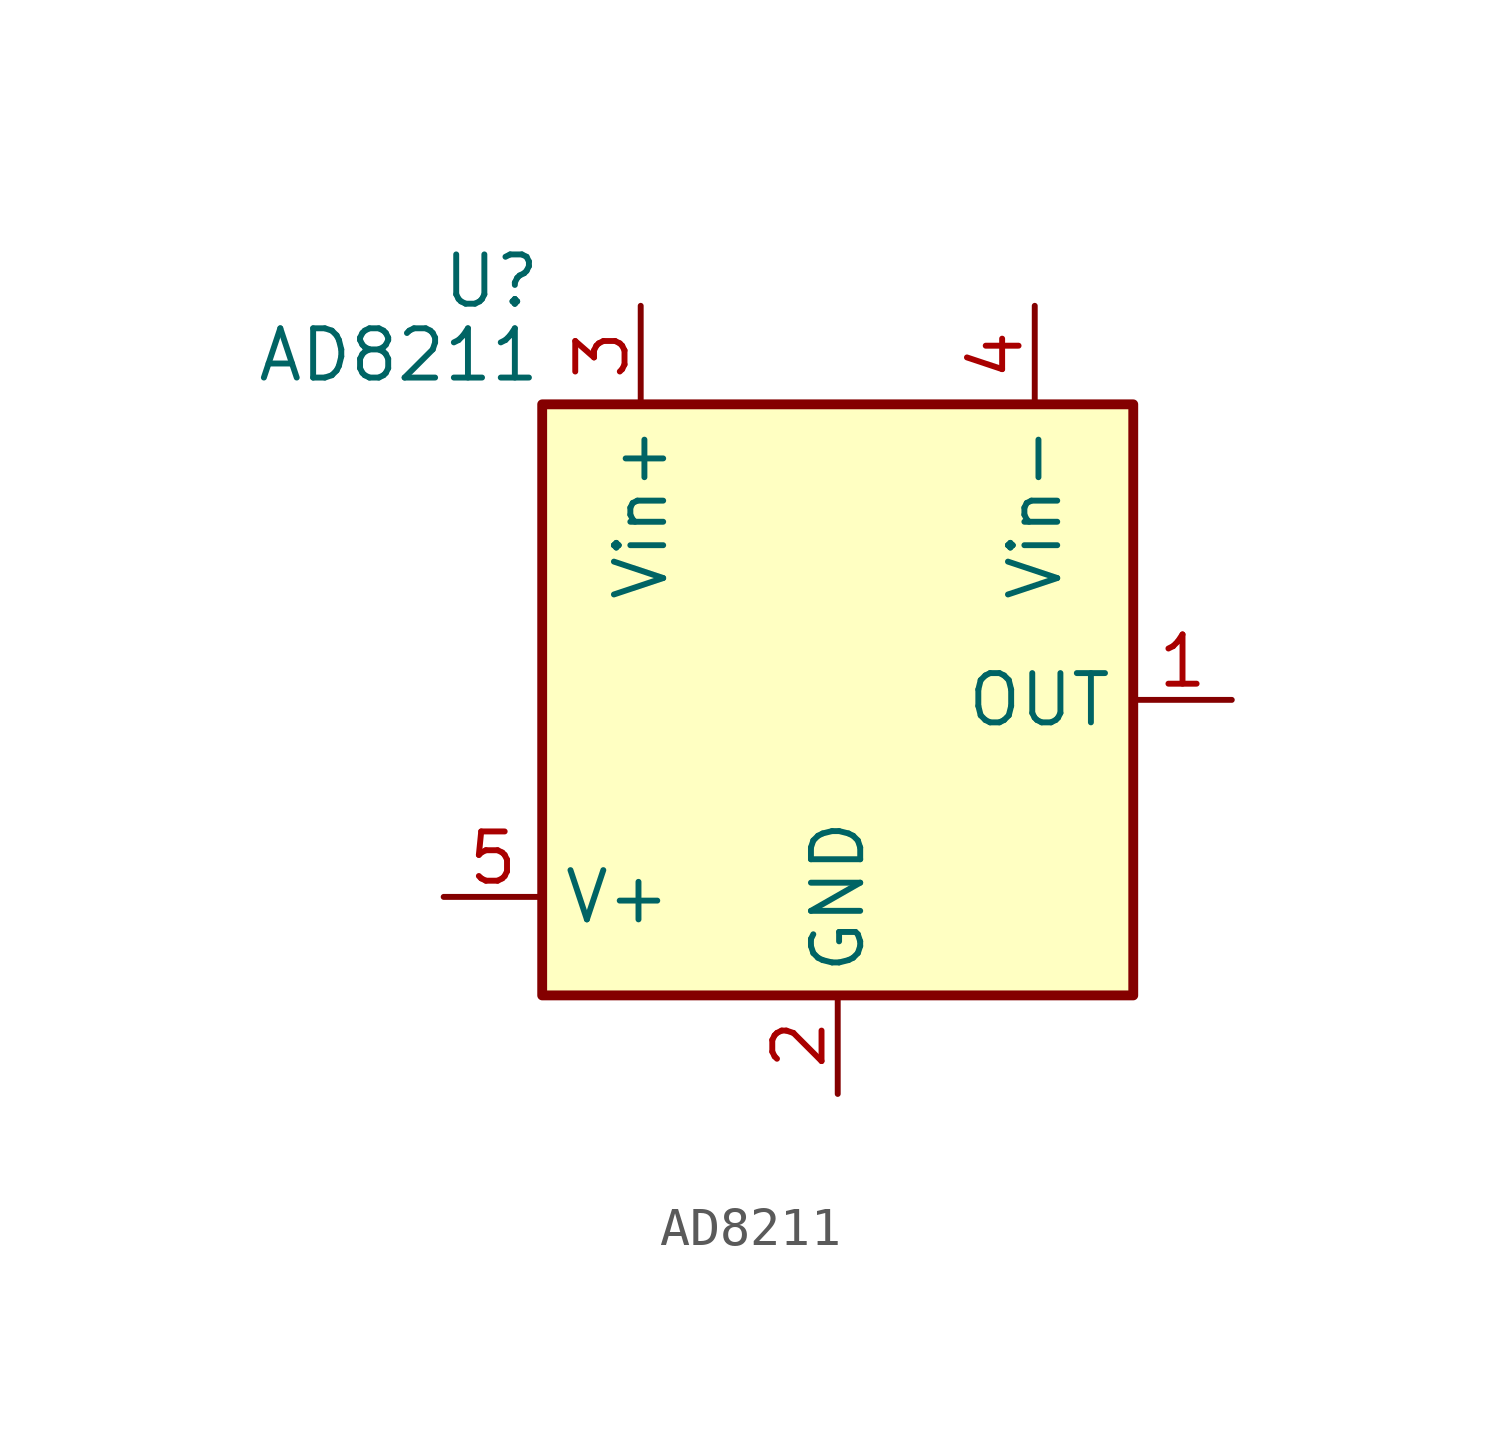
<source format=kicad_sym>
(kicad_symbol_lib
  (version 20220914)
  (generator kicad_symbol_editor)
  (symbol "AD8211"
    (property "Reference" "U"
      (at -7.62 10.795 0)
      (effects (font (size 1.27 1.27)) (justify right)))
    (property "Value" "AD8211"
      (at -7.62 8.89 0)
      (effects (font (size 1.27 1.27)) (justify right)))
    (symbol "AD8211_0_1"
      (rectangle (start -7.62 7.62) (end 7.62 -7.62) (stroke (width 0.254) (type default)) (fill (type background))))
    (symbol "AD8211_1_1"
      (pin output line (at 10.16 0 180) (length 2.54) (name "OUT" (effects (font (size 1.27 1.27)))) (number "1" (effects (font (size 1.27 1.27)))))
      (pin power_in line (at 0 -10.16 90) (length 2.54) (name "GND" (effects (font (size 1.27 1.27)))) (number "2" (effects (font (size 1.27 1.27)))))
      (pin input line (at -5.08 10.16 270) (length 2.54) (name "Vin+" (effects (font (size 1.27 1.27)))) (number "3" (effects (font (size 1.27 1.27)))))
      (pin input line (at 5.08 10.16 270) (length 2.54) (name "Vin-" (effects (font (size 1.27 1.27)))) (number "4" (effects (font (size 1.27 1.27)))))
      (pin power_in line (at -10.16 -5.08 0) (length 2.54) (name "V+" (effects (font (size 1.27 1.27)))) (number "5" (effects (font (size 1.27 1.27))))))))
</source>
